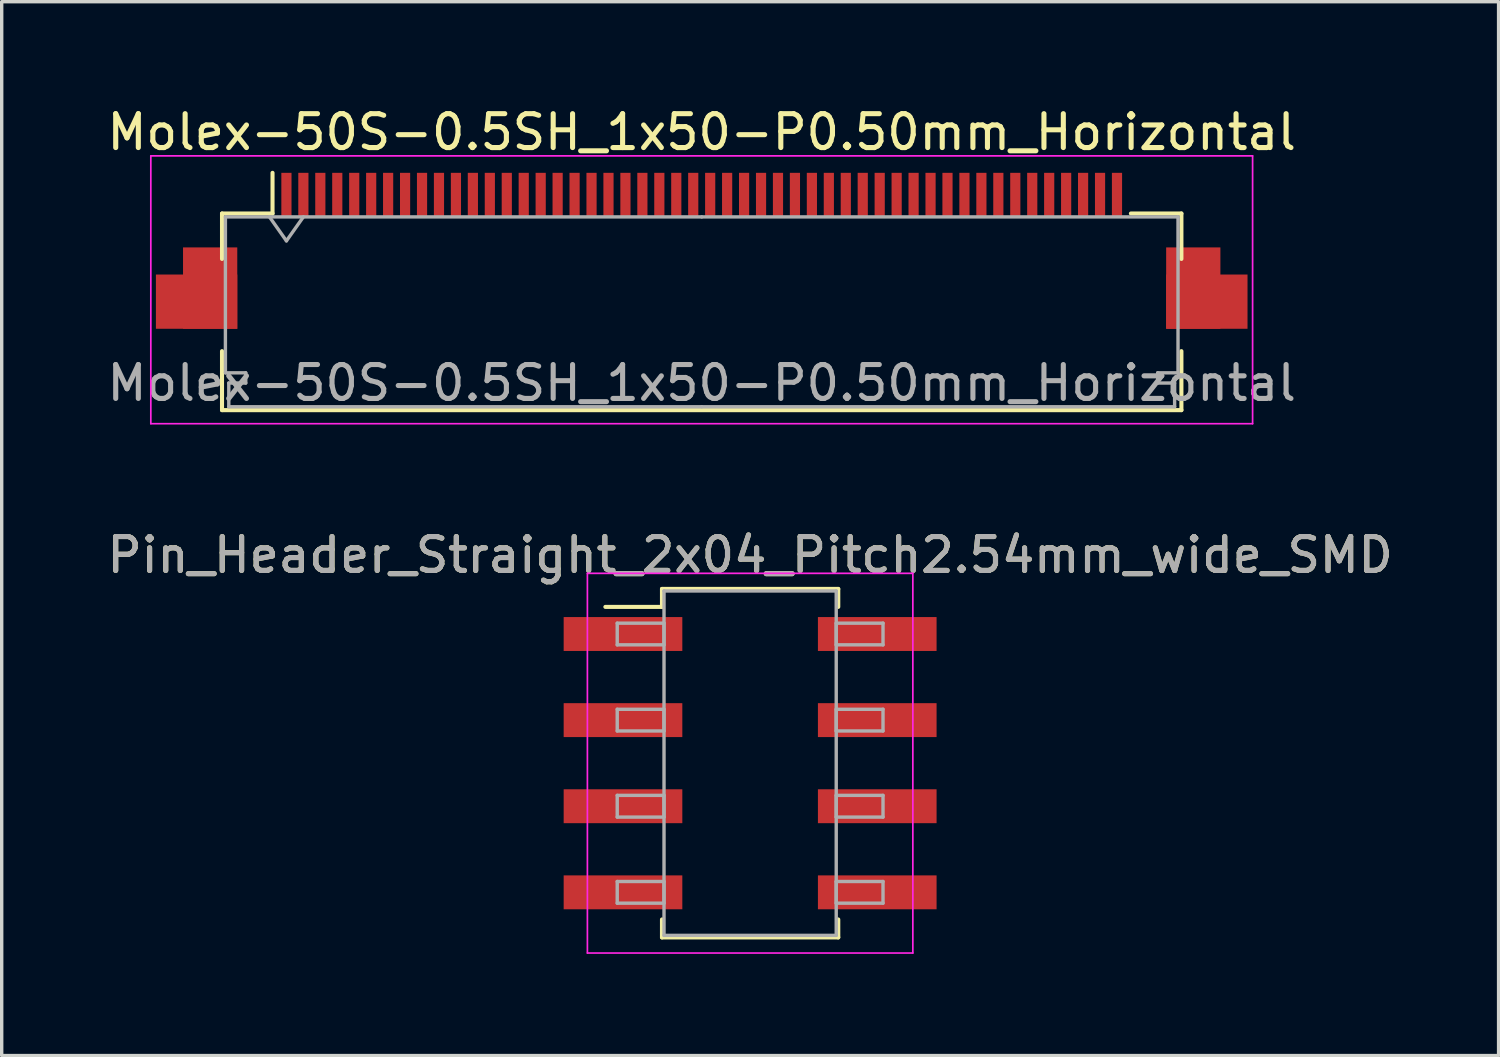
<source format=kicad_pcb>
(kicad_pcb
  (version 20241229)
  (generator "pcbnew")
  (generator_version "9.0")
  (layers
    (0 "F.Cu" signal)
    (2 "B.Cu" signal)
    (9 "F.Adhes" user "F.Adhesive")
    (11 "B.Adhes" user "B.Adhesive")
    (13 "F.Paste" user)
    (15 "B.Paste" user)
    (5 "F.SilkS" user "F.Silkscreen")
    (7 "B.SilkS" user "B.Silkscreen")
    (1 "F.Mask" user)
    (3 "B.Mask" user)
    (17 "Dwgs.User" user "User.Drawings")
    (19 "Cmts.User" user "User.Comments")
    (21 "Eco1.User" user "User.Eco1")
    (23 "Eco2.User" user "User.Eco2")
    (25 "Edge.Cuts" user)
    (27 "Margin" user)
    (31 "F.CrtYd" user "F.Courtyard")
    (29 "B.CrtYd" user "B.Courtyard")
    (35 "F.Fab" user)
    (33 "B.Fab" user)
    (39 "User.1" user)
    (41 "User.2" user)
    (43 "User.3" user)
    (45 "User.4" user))
  (footprint "Molex-50S-0.5SH_1x50-P0.50mm_Horizontal"
    (layer "F.Cu")
    (at 17.649 4.548)
    (property "Reference" "Molex-50S-0.5SH_1x50-P0.50mm_Horizontal" (at 0 -3.7 0) (layer "F.SilkS") (effects (font (size 1 1) (thickness 0.15))))
    (attr smd)
    (fp_line (start -14.15 -1.3) (end -14.15 0.04) (stroke (width 0.12) (type solid)) (layer "F.SilkS"))
    (fp_line (start -14.15 2.76) (end -14.15 4.5) (stroke (width 0.12) (type solid)) (layer "F.SilkS"))
    (fp_line (start -14.15 4.5) (end 14.15 4.5) (stroke (width 0.12) (type solid)) (layer "F.SilkS"))
    (fp_line (start -12.66 -1.3) (end -14.15 -1.3) (stroke (width 0.12) (type solid)) (layer "F.SilkS"))
    (fp_line (start -12.66 -1.3) (end -12.66 -2.5) (stroke (width 0.12) (type solid)) (layer "F.SilkS"))
    (fp_line (start 12.66 -1.3) (end 14.15 -1.3) (stroke (width 0.12) (type solid)) (layer "F.SilkS"))
    (fp_line (start 14.15 -1.3) (end 14.15 0.04) (stroke (width 0.12) (type solid)) (layer "F.SilkS"))
    (fp_line (start 14.15 4.5) (end 14.15 2.76) (stroke (width 0.12) (type solid)) (layer "F.SilkS"))
    (fp_line (start -16.25 -3) (end -16.25 4.9) (stroke (width 0.05) (type solid)) (layer "F.CrtYd"))
    (fp_line (start -16.25 4.9) (end 16.25 4.9) (stroke (width 0.05) (type solid)) (layer "F.CrtYd"))
    (fp_line (start 16.25 -3) (end -16.25 -3) (stroke (width 0.05) (type solid)) (layer "F.CrtYd"))
    (fp_line (start 16.25 4.9) (end 16.25 -3) (stroke (width 0.05) (type solid)) (layer "F.CrtYd"))
    (fp_line (start -14.05 -1.2) (end -14.05 3.4) (stroke (width 0.1) (type solid)) (layer "F.Fab"))
    (fp_line (start -14.05 3.4) (end -13.45 3.4) (stroke (width 0.1) (type solid)) (layer "F.Fab"))
    (fp_line (start -13.95 3.7) (end -13.95 4.4) (stroke (width 0.1) (type solid)) (layer "F.Fab"))
    (fp_line (start -13.95 4.4) (end 0 4.4) (stroke (width 0.1) (type solid)) (layer "F.Fab"))
    (fp_line (start -13.45 3.4) (end -13.45 3.7) (stroke (width 0.1) (type solid)) (layer "F.Fab"))
    (fp_line (start -13.45 3.7) (end -13.95 3.7) (stroke (width 0.1) (type solid)) (layer "F.Fab"))
    (fp_line (start -12.75 -1.2) (end -12.25 -0.493) (stroke (width 0.1) (type solid)) (layer "F.Fab"))
    (fp_line (start -12.25 -0.493) (end -11.75 -1.2) (stroke (width 0.1) (type solid)) (layer "F.Fab"))
    (fp_line (start 0 -1.2) (end -14.05 -1.2) (stroke (width 0.1) (type solid)) (layer "F.Fab"))
    (fp_line (start 0 -1.2) (end 14.05 -1.2) (stroke (width 0.1) (type solid)) (layer "F.Fab"))
    (fp_line (start 13.45 3.4) (end 13.45 3.7) (stroke (width 0.1) (type solid)) (layer "F.Fab"))
    (fp_line (start 13.45 3.7) (end 13.95 3.7) (stroke (width 0.1) (type solid)) (layer "F.Fab"))
    (fp_line (start 13.95 3.7) (end 13.95 4.4) (stroke (width 0.1) (type solid)) (layer "F.Fab"))
    (fp_line (start 13.95 4.4) (end 0 4.4) (stroke (width 0.1) (type solid)) (layer "F.Fab"))
    (fp_line (start 14.05 -1.2) (end 14.05 3.4) (stroke (width 0.1) (type solid)) (layer "F.Fab"))
    (fp_line (start 14.05 3.4) (end 13.45 3.4) (stroke (width 0.1) (type solid)) (layer "F.Fab"))
    (fp_text user "${REFERENCE}" (at 0 3.7 0) (layer "F.Fab") (effects (font (size 1 1) (thickness 0.15))))
    (pad "1" smd rect (at 12.25 -1.85) (size 0.3 1.3) (layers "F.Cu" "F.Mask" "F.Paste"))
    (pad "2" smd rect (at 11.75 -1.85) (size 0.3 1.3) (layers "F.Cu" "F.Mask" "F.Paste"))
    (pad "3" smd rect (at 11.25 -1.85) (size 0.3 1.3) (layers "F.Cu" "F.Mask" "F.Paste"))
    (pad "4" smd rect (at 10.75 -1.85) (size 0.3 1.3) (layers "F.Cu" "F.Mask" "F.Paste"))
    (pad "5" smd rect (at 10.25 -1.85) (size 0.3 1.3) (layers "F.Cu" "F.Mask" "F.Paste"))
    (pad "6" smd rect (at 9.75 -1.85) (size 0.3 1.3) (layers "F.Cu" "F.Mask" "F.Paste"))
    (pad "7" smd rect (at 9.25 -1.85) (size 0.3 1.3) (layers "F.Cu" "F.Mask" "F.Paste"))
    (pad "8" smd rect (at 8.75 -1.85) (size 0.3 1.3) (layers "F.Cu" "F.Mask" "F.Paste"))
    (pad "9" smd rect (at 8.25 -1.85) (size 0.3 1.3) (layers "F.Cu" "F.Mask" "F.Paste"))
    (pad "10" smd rect (at 7.75 -1.85) (size 0.3 1.3) (layers "F.Cu" "F.Mask" "F.Paste"))
    (pad "11" smd rect (at 7.25 -1.85) (size 0.3 1.3) (layers "F.Cu" "F.Mask" "F.Paste"))
    (pad "12" smd rect (at 6.75 -1.85) (size 0.3 1.3) (layers "F.Cu" "F.Mask" "F.Paste"))
    (pad "13" smd rect (at 6.25 -1.85) (size 0.3 1.3) (layers "F.Cu" "F.Mask" "F.Paste"))
    (pad "14" smd rect (at 5.75 -1.85) (size 0.3 1.3) (layers "F.Cu" "F.Mask" "F.Paste"))
    (pad "15" smd rect (at 5.25 -1.85) (size 0.3 1.3) (layers "F.Cu" "F.Mask" "F.Paste"))
    (pad "16" smd rect (at 4.75 -1.85) (size 0.3 1.3) (layers "F.Cu" "F.Mask" "F.Paste"))
    (pad "17" smd rect (at 4.25 -1.85) (size 0.3 1.3) (layers "F.Cu" "F.Mask" "F.Paste"))
    (pad "18" smd rect (at 3.75 -1.85) (size 0.3 1.3) (layers "F.Cu" "F.Mask" "F.Paste"))
    (pad "19" smd rect (at 3.25 -1.85) (size 0.3 1.3) (layers "F.Cu" "F.Mask" "F.Paste"))
    (pad "20" smd rect (at 2.75 -1.85) (size 0.3 1.3) (layers "F.Cu" "F.Mask" "F.Paste"))
    (pad "21" smd rect (at 2.25 -1.85) (size 0.3 1.3) (layers "F.Cu" "F.Mask" "F.Paste"))
    (pad "22" smd rect (at 1.75 -1.85) (size 0.3 1.3) (layers "F.Cu" "F.Mask" "F.Paste"))
    (pad "23" smd rect (at 1.25 -1.85) (size 0.3 1.3) (layers "F.Cu" "F.Mask" "F.Paste"))
    (pad "24" smd rect (at 0.75 -1.85) (size 0.3 1.3) (layers "F.Cu" "F.Mask" "F.Paste"))
    (pad "25" smd rect (at 0.25 -1.85) (size 0.3 1.3) (layers "F.Cu" "F.Mask" "F.Paste"))
    (pad "26" smd rect (at -0.25 -1.85) (size 0.3 1.3) (layers "F.Cu" "F.Mask" "F.Paste"))
    (pad "27" smd rect (at -0.75 -1.85) (size 0.3 1.3) (layers "F.Cu" "F.Mask" "F.Paste"))
    (pad "28" smd rect (at -1.25 -1.85) (size 0.3 1.3) (layers "F.Cu" "F.Mask" "F.Paste"))
    (pad "29" smd rect (at -1.75 -1.85) (size 0.3 1.3) (layers "F.Cu" "F.Mask" "F.Paste"))
    (pad "30" smd rect (at -2.25 -1.85) (size 0.3 1.3) (layers "F.Cu" "F.Mask" "F.Paste"))
    (pad "31" smd rect (at -2.75 -1.85) (size 0.3 1.3) (layers "F.Cu" "F.Mask" "F.Paste"))
    (pad "32" smd rect (at -3.25 -1.85) (size 0.3 1.3) (layers "F.Cu" "F.Mask" "F.Paste"))
    (pad "33" smd rect (at -3.75 -1.85) (size 0.3 1.3) (layers "F.Cu" "F.Mask" "F.Paste"))
    (pad "34" smd rect (at -4.25 -1.85) (size 0.3 1.3) (layers "F.Cu" "F.Mask" "F.Paste"))
    (pad "35" smd rect (at -4.75 -1.85) (size 0.3 1.3) (layers "F.Cu" "F.Mask" "F.Paste"))
    (pad "36" smd rect (at -5.25 -1.85) (size 0.3 1.3) (layers "F.Cu" "F.Mask" "F.Paste"))
    (pad "37" smd rect (at -5.75 -1.85) (size 0.3 1.3) (layers "F.Cu" "F.Mask" "F.Paste"))
    (pad "38" smd rect (at -6.25 -1.85) (size 0.3 1.3) (layers "F.Cu" "F.Mask" "F.Paste"))
    (pad "39" smd rect (at -6.75 -1.85) (size 0.3 1.3) (layers "F.Cu" "F.Mask" "F.Paste"))
    (pad "40" smd rect (at -7.25 -1.85) (size 0.3 1.3) (layers "F.Cu" "F.Mask" "F.Paste"))
    (pad "41" smd rect (at -7.75 -1.85) (size 0.3 1.3) (layers "F.Cu" "F.Mask" "F.Paste"))
    (pad "42" smd rect (at -8.25 -1.85) (size 0.3 1.3) (layers "F.Cu" "F.Mask" "F.Paste"))
    (pad "43" smd rect (at -8.75 -1.85) (size 0.3 1.3) (layers "F.Cu" "F.Mask" "F.Paste"))
    (pad "44" smd rect (at -9.25 -1.85) (size 0.3 1.3) (layers "F.Cu" "F.Mask" "F.Paste"))
    (pad "45" smd rect (at -9.75 -1.85) (size 0.3 1.3) (layers "F.Cu" "F.Mask" "F.Paste"))
    (pad "46" smd rect (at -10.25 -1.85) (size 0.3 1.3) (layers "F.Cu" "F.Mask" "F.Paste"))
    (pad "47" smd rect (at -10.75 -1.85) (size 0.3 1.3) (layers "F.Cu" "F.Mask" "F.Paste"))
    (pad "48" smd rect (at -11.25 -1.85) (size 0.3 1.3) (layers "F.Cu" "F.Mask" "F.Paste"))
    (pad "49" smd rect (at -11.75 -1.85) (size 0.3 1.3) (layers "F.Cu" "F.Mask" "F.Paste"))
    (pad "50" smd rect (at -12.25 -1.85) (size 0.3 1.3) (layers "F.Cu" "F.Mask" "F.Paste"))
    (pad "MP" smd rect (at -14.9 1.3) (size 2.4 1.6) (layers "F.Cu" "F.Mask" "F.Paste"))
    (pad "MP" smd rect (at -14.5 0.9) (size 1.6 2.4) (layers "F.Cu" "F.Mask" "F.Paste"))
    (pad "MP" smd rect (at 14.5 0.9) (size 1.6 2.4) (layers "F.Cu" "F.Mask" "F.Paste"))
    (pad "MP" smd rect (at 14.9 1.3) (size 2.4 1.6) (layers "F.Cu" "F.Mask" "F.Paste")))
  (footprint "Pin_Header_Straight_2x04_Pitch2.54mm_wide_SMD"
    (layer "F.Cu")
    (at 19.077 19.462)
    (property "Reference" "Pin_Header_Straight_2x04_Pitch2.54mm_wide_SMD" (at 0 -6.14 0) (layer "F.SilkS") (effects (font (size 1 1) (thickness 0.15))))
    (attr smd)
    (fp_line (start -4.27 -4.61) (end -2.6 -4.61) (stroke (width 0.12) (type solid)) (layer "F.SilkS"))
    (fp_line (start -2.6 -5.14) (end 2.6 -5.14) (stroke (width 0.12) (type solid)) (layer "F.SilkS"))
    (fp_line (start -2.6 -4.61) (end -2.6 -5.14) (stroke (width 0.12) (type solid)) (layer "F.SilkS"))
    (fp_line (start -2.6 4.61) (end -2.6 5.14) (stroke (width 0.12) (type solid)) (layer "F.SilkS"))
    (fp_line (start -2.6 5.14) (end 2.6 5.14) (stroke (width 0.12) (type solid)) (layer "F.SilkS"))
    (fp_line (start 2.6 -5.14) (end 2.6 -4.61) (stroke (width 0.12) (type solid)) (layer "F.SilkS"))
    (fp_line (start 2.6 5.14) (end 2.6 4.61) (stroke (width 0.12) (type solid)) (layer "F.SilkS"))
    (fp_line (start -4.8 -5.6) (end -4.8 5.6) (stroke (width 0.05) (type solid)) (layer "F.CrtYd"))
    (fp_line (start -4.8 5.6) (end 4.8 5.6) (stroke (width 0.05) (type solid)) (layer "F.CrtYd"))
    (fp_line (start 4.8 -5.6) (end -4.8 -5.6) (stroke (width 0.05) (type solid)) (layer "F.CrtYd"))
    (fp_line (start 4.8 5.6) (end 4.8 -5.6) (stroke (width 0.05) (type solid)) (layer "F.CrtYd"))
    (fp_line (start -3.92 -4.13) (end -2.54 -4.13) (stroke (width 0.1) (type solid)) (layer "F.Fab"))
    (fp_line (start -3.92 -3.49) (end -3.92 -4.13) (stroke (width 0.1) (type solid)) (layer "F.Fab"))
    (fp_line (start -3.92 -1.59) (end -2.54 -1.59) (stroke (width 0.1) (type solid)) (layer "F.Fab"))
    (fp_line (start -3.92 -0.95) (end -3.92 -1.59) (stroke (width 0.1) (type solid)) (layer "F.Fab"))
    (fp_line (start -3.92 0.95) (end -2.54 0.95) (stroke (width 0.1) (type solid)) (layer "F.Fab"))
    (fp_line (start -3.92 1.59) (end -3.92 0.95) (stroke (width 0.1) (type solid)) (layer "F.Fab"))
    (fp_line (start -3.92 3.49) (end -2.54 3.49) (stroke (width 0.1) (type solid)) (layer "F.Fab"))
    (fp_line (start -3.92 4.13) (end -3.92 3.49) (stroke (width 0.1) (type solid)) (layer "F.Fab"))
    (fp_line (start -2.54 -5.08) (end -2.54 5.08) (stroke (width 0.1) (type solid)) (layer "F.Fab"))
    (fp_line (start -2.54 -4.13) (end -2.54 -3.49) (stroke (width 0.1) (type solid)) (layer "F.Fab"))
    (fp_line (start -2.54 -3.49) (end -3.92 -3.49) (stroke (width 0.1) (type solid)) (layer "F.Fab"))
    (fp_line (start -2.54 -1.59) (end -2.54 -0.95) (stroke (width 0.1) (type solid)) (layer "F.Fab"))
    (fp_line (start -2.54 -0.95) (end -3.92 -0.95) (stroke (width 0.1) (type solid)) (layer "F.Fab"))
    (fp_line (start -2.54 0.95) (end -2.54 1.59) (stroke (width 0.1) (type solid)) (layer "F.Fab"))
    (fp_line (start -2.54 1.59) (end -3.92 1.59) (stroke (width 0.1) (type solid)) (layer "F.Fab"))
    (fp_line (start -2.54 3.49) (end -2.54 4.13) (stroke (width 0.1) (type solid)) (layer "F.Fab"))
    (fp_line (start -2.54 4.13) (end -3.92 4.13) (stroke (width 0.1) (type solid)) (layer "F.Fab"))
    (fp_line (start -2.54 5.08) (end 2.54 5.08) (stroke (width 0.1) (type solid)) (layer "F.Fab"))
    (fp_line (start 2.54 -5.08) (end -2.54 -5.08) (stroke (width 0.1) (type solid)) (layer "F.Fab"))
    (fp_line (start 2.54 -4.13) (end 2.54 -3.49) (stroke (width 0.1) (type solid)) (layer "F.Fab"))
    (fp_line (start 2.54 -3.49) (end 3.92 -3.49) (stroke (width 0.1) (type solid)) (layer "F.Fab"))
    (fp_line (start 2.54 -1.59) (end 2.54 -0.95) (stroke (width 0.1) (type solid)) (layer "F.Fab"))
    (fp_line (start 2.54 -0.95) (end 3.92 -0.95) (stroke (width 0.1) (type solid)) (layer "F.Fab"))
    (fp_line (start 2.54 0.95) (end 2.54 1.59) (stroke (width 0.1) (type solid)) (layer "F.Fab"))
    (fp_line (start 2.54 1.59) (end 3.92 1.59) (stroke (width 0.1) (type solid)) (layer "F.Fab"))
    (fp_line (start 2.54 3.49) (end 2.54 4.13) (stroke (width 0.1) (type solid)) (layer "F.Fab"))
    (fp_line (start 2.54 4.13) (end 3.92 4.13) (stroke (width 0.1) (type solid)) (layer "F.Fab"))
    (fp_line (start 2.54 5.08) (end 2.54 -5.08) (stroke (width 0.1) (type solid)) (layer "F.Fab"))
    (fp_line (start 3.92 -4.13) (end 2.54 -4.13) (stroke (width 0.1) (type solid)) (layer "F.Fab"))
    (fp_line (start 3.92 -3.49) (end 3.92 -4.13) (stroke (width 0.1) (type solid)) (layer "F.Fab"))
    (fp_line (start 3.92 -1.59) (end 2.54 -1.59) (stroke (width 0.1) (type solid)) (layer "F.Fab"))
    (fp_line (start 3.92 -0.95) (end 3.92 -1.59) (stroke (width 0.1) (type solid)) (layer "F.Fab"))
    (fp_line (start 3.92 0.95) (end 2.54 0.95) (stroke (width 0.1) (type solid)) (layer "F.Fab"))
    (fp_line (start 3.92 1.59) (end 3.92 0.95) (stroke (width 0.1) (type solid)) (layer "F.Fab"))
    (fp_line (start 3.92 3.49) (end 2.54 3.49) (stroke (width 0.1) (type solid)) (layer "F.Fab"))
    (fp_line (start 3.92 4.13) (end 3.92 3.49) (stroke (width 0.1) (type solid)) (layer "F.Fab"))
    (fp_text user "${REFERENCE}" (at 0 -6.14 0) (layer "F.Fab") (effects (font (size 1 1) (thickness 0.15))))
    (pad "1" smd rect (at -3.75 -3.81) (size 3.5 1) (layers "F.Cu" "F.Mask" "F.Paste"))
    (pad "2" smd rect (at 3.75 -3.81) (size 3.5 1) (layers "F.Cu" "F.Mask" "F.Paste"))
    (pad "3" smd rect (at -3.75 -1.27) (size 3.5 1) (layers "F.Cu" "F.Mask" "F.Paste"))
    (pad "4" smd rect (at 3.75 -1.27) (size 3.5 1) (layers "F.Cu" "F.Mask" "F.Paste"))
    (pad "5" smd rect (at -3.75 1.27) (size 3.5 1) (layers "F.Cu" "F.Mask" "F.Paste"))
    (pad "6" smd rect (at 3.75 1.27) (size 3.5 1) (layers "F.Cu" "F.Mask" "F.Paste"))
    (pad "7" smd rect (at -3.75 3.81) (size 3.5 1) (layers "F.Cu" "F.Mask" "F.Paste"))
    (pad "8" smd rect (at 3.75 3.81) (size 3.5 1) (layers "F.Cu" "F.Mask" "F.Paste")))
  (gr_rect
    (start -3 -3)
    (end 41.155 28.087)
    (stroke (width 0.1) (type default))
    (fill no)
    (layer "Edge.Cuts")))
</source>
